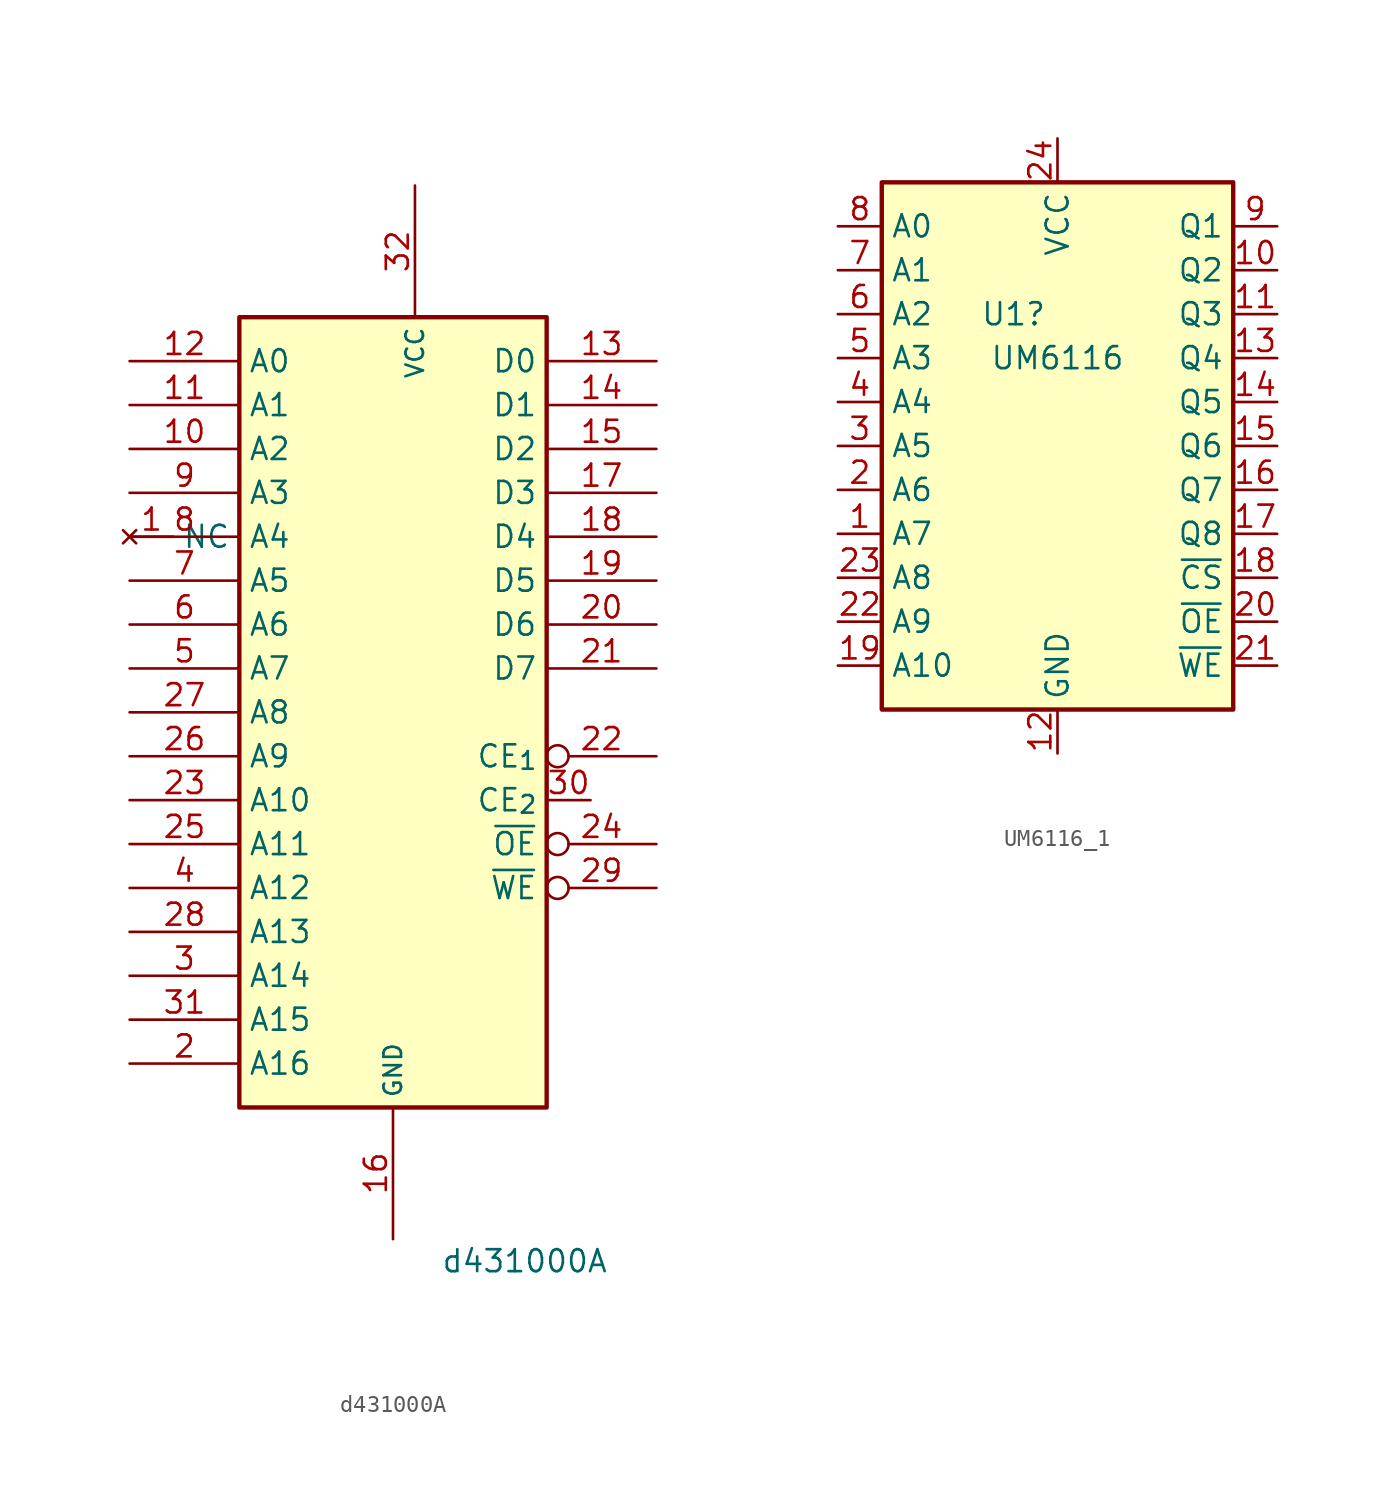
<source format=kicad_sym>
(kicad_symbol_lib
  (version 20220914)
  (generator kicad_symbol_editor)
  (symbol "d431000A"
    (property "Reference" "U"
      (at 6.858 24.13 0)
      (effects (font (size 1.27 1.27)) hide))
    (property "Value" "d431000A"
      (at 7.62 -31.75 0)
      (effects (font (size 1.27 1.27))))
    (symbol "d431000A_0_1"
      (rectangle (start -8.89 22.86) (end 8.89 -22.86) (stroke (width 0.254) (type default)) (fill (type background))))
    (symbol "d431000A_1_0"
      (pin no_connect line (at -15.24 10.16 0) (length 2.54) (name "NC" (effects (font (size 1.27 1.27)))) (number "1" (effects (font (size 1.27 1.27)))))
      (pin input line (at 11.43 -5.08 180) (length 2.54) (name "CE_{2}" (effects (font (size 1.27 1.27)))) (number "30" (effects (font (size 1.27 1.27))))))
    (symbol "d431000A_1_1"
      (pin input line (at -15.24 15.24 0) (length 6.35) (name "A2" (effects (font (size 1.27 1.27)))) (number "10" (effects (font (size 1.27 1.27)))))
      (pin input line (at -15.24 17.78 0) (length 6.35) (name "A1" (effects (font (size 1.27 1.27)))) (number "11" (effects (font (size 1.27 1.27)))))
      (pin input line (at -15.24 20.32 0) (length 6.35) (name "A0" (effects (font (size 1.27 1.27)))) (number "12" (effects (font (size 1.27 1.27)))))
      (pin tri_state line (at 15.24 20.32 180) (length 6.35) (name "D0" (effects (font (size 1.27 1.27)))) (number "13" (effects (font (size 1.27 1.27)))))
      (pin tri_state line (at 15.24 17.78 180) (length 6.35) (name "D1" (effects (font (size 1.27 1.27)))) (number "14" (effects (font (size 1.27 1.27)))))
      (pin tri_state line (at 15.24 15.24 180) (length 6.35) (name "D2" (effects (font (size 1.27 1.27)))) (number "15" (effects (font (size 1.27 1.27)))))
      (pin power_in line (at 0 -30.48 90) (length 7.62) (name "GND" (effects (font (size 1.016 1.016)))) (number "16" (effects (font (size 1.27 1.27)))))
      (pin tri_state line (at 15.24 12.7 180) (length 6.35) (name "D3" (effects (font (size 1.27 1.27)))) (number "17" (effects (font (size 1.27 1.27)))))
      (pin tri_state line (at 15.24 10.16 180) (length 6.35) (name "D4" (effects (font (size 1.27 1.27)))) (number "18" (effects (font (size 1.27 1.27)))))
      (pin tri_state line (at 15.24 7.62 180) (length 6.35) (name "D5" (effects (font (size 1.27 1.27)))) (number "19" (effects (font (size 1.27 1.27)))))
      (pin input line (at -15.24 -20.32 0) (length 6.35) (name "A16" (effects (font (size 1.27 1.27)))) (number "2" (effects (font (size 1.27 1.27)))))
      (pin tri_state line (at 15.24 5.08 180) (length 6.35) (name "D6" (effects (font (size 1.27 1.27)))) (number "20" (effects (font (size 1.27 1.27)))))
      (pin tri_state line (at 15.24 2.54 180) (length 6.35) (name "D7" (effects (font (size 1.27 1.27)))) (number "21" (effects (font (size 1.27 1.27)))))
      (pin input inverted (at 15.24 -2.54 180) (length 6.35) (name "CE_{1}" (effects (font (size 1.27 1.27)))) (number "22" (effects (font (size 1.27 1.27)))))
      (pin input line (at -15.24 -5.08 0) (length 6.35) (name "A10" (effects (font (size 1.27 1.27)))) (number "23" (effects (font (size 1.27 1.27)))))
      (pin input inverted (at 15.24 -7.62 180) (length 6.35) (name "~{OE}" (effects (font (size 1.27 1.27)))) (number "24" (effects (font (size 1.27 1.27)))))
      (pin input line (at -15.24 -7.62 0) (length 6.35) (name "A11" (effects (font (size 1.27 1.27)))) (number "25" (effects (font (size 1.27 1.27)))))
      (pin input line (at -15.24 -2.54 0) (length 6.35) (name "A9" (effects (font (size 1.27 1.27)))) (number "26" (effects (font (size 1.27 1.27)))))
      (pin input line (at -15.24 0 0) (length 6.35) (name "A8" (effects (font (size 1.27 1.27)))) (number "27" (effects (font (size 1.27 1.27)))))
      (pin input line (at -15.24 -12.7 0) (length 6.35) (name "A13" (effects (font (size 1.27 1.27)))) (number "28" (effects (font (size 1.27 1.27)))))
      (pin input inverted (at 15.24 -10.16 180) (length 6.35) (name "~{WE}" (effects (font (size 1.27 1.27)))) (number "29" (effects (font (size 1.27 1.27)))))
      (pin input line (at -15.24 -15.24 0) (length 6.35) (name "A14" (effects (font (size 1.27 1.27)))) (number "3" (effects (font (size 1.27 1.27)))))
      (pin input line (at -15.24 -17.78 0) (length 6.35) (name "A15" (effects (font (size 1.27 1.27)))) (number "31" (effects (font (size 1.27 1.27)))))
      (pin power_in line (at 1.27 30.48 270) (length 7.62) (name "VCC" (effects (font (size 1.016 1.016)))) (number "32" (effects (font (size 1.27 1.27)))))
      (pin input line (at -15.24 -10.16 0) (length 6.35) (name "A12" (effects (font (size 1.27 1.27)))) (number "4" (effects (font (size 1.27 1.27)))))
      (pin input line (at -15.24 2.54 0) (length 6.35) (name "A7" (effects (font (size 1.27 1.27)))) (number "5" (effects (font (size 1.27 1.27)))))
      (pin input line (at -15.24 5.08 0) (length 6.35) (name "A6" (effects (font (size 1.27 1.27)))) (number "6" (effects (font (size 1.27 1.27)))))
      (pin input line (at -15.24 7.62 0) (length 6.35) (name "A5" (effects (font (size 1.27 1.27)))) (number "7" (effects (font (size 1.27 1.27)))))
      (pin input line (at -15.24 10.16 0) (length 6.35) (name "A4" (effects (font (size 1.27 1.27)))) (number "8" (effects (font (size 1.27 1.27)))))
      (pin input line (at -15.24 12.7 0) (length 6.35) (name "A3" (effects (font (size 1.27 1.27)))) (number "9" (effects (font (size 1.27 1.27)))))))
  (symbol "UM6116_1"
    (property "Reference" "U1"
      (at -2.54 15.24 0)
      (effects (font (size 1.27 1.27))))
    (property "Value" "UM6116"
      (at 0 12.7 0)
      (effects (font (size 1.27 1.27))))
    (symbol "UM6116_1_0_0"
      (pin power_in line (at 0 25.4 270) (length 2.54) (name "VCC" (effects (font (size 1.27 1.27)))) (number "24" (effects (font (size 1.27 1.27))))))
    (symbol "UM6116_1_0_1"
      (rectangle (start -10.16 22.86) (end 10.16 -7.62) (stroke (width 0.254) (type default)) (fill (type background))))
    (symbol "UM6116_1_1_0"
      (pin power_in line (at 0 -10.16 90) (length 2.54) (name "GND" (effects (font (size 1.27 1.27)))) (number "12" (effects (font (size 1.27 1.27))))))
    (symbol "UM6116_1_1_1"
      (pin input line (at -12.7 2.54 0) (length 2.54) (name "A7" (effects (font (size 1.27 1.27)))) (number "1" (effects (font (size 1.27 1.27)))))
      (pin tri_state line (at 12.7 17.78 180) (length 2.54) (name "Q2" (effects (font (size 1.27 1.27)))) (number "10" (effects (font (size 1.27 1.27)))))
      (pin tri_state line (at 12.7 15.24 180) (length 2.54) (name "Q3" (effects (font (size 1.27 1.27)))) (number "11" (effects (font (size 1.27 1.27)))))
      (pin tri_state line (at 12.7 12.7 180) (length 2.54) (name "Q4" (effects (font (size 1.27 1.27)))) (number "13" (effects (font (size 1.27 1.27)))))
      (pin tri_state line (at 12.7 10.16 180) (length 2.54) (name "Q5" (effects (font (size 1.27 1.27)))) (number "14" (effects (font (size 1.27 1.27)))))
      (pin tri_state line (at 12.7 7.62 180) (length 2.54) (name "Q6" (effects (font (size 1.27 1.27)))) (number "15" (effects (font (size 1.27 1.27)))))
      (pin tri_state line (at 12.7 5.08 180) (length 2.54) (name "Q7" (effects (font (size 1.27 1.27)))) (number "16" (effects (font (size 1.27 1.27)))))
      (pin tri_state line (at 12.7 2.54 180) (length 2.54) (name "Q8" (effects (font (size 1.27 1.27)))) (number "17" (effects (font (size 1.27 1.27)))))
      (pin input line (at 12.7 0 180) (length 2.54) (name "~{CS}" (effects (font (size 1.27 1.27)))) (number "18" (effects (font (size 1.27 1.27)))))
      (pin input line (at -12.7 -5.08 0) (length 2.54) (name "A10" (effects (font (size 1.27 1.27)))) (number "19" (effects (font (size 1.27 1.27)))))
      (pin input line (at -12.7 5.08 0) (length 2.54) (name "A6" (effects (font (size 1.27 1.27)))) (number "2" (effects (font (size 1.27 1.27)))))
      (pin input line (at 12.7 -2.54 180) (length 2.54) (name "~{OE}" (effects (font (size 1.27 1.27)))) (number "20" (effects (font (size 1.27 1.27)))))
      (pin input line (at 12.7 -5.08 180) (length 2.54) (name "~{WE}" (effects (font (size 1.27 1.27)))) (number "21" (effects (font (size 1.27 1.27)))))
      (pin input line (at -12.7 -2.54 0) (length 2.54) (name "A9" (effects (font (size 1.27 1.27)))) (number "22" (effects (font (size 1.27 1.27)))))
      (pin input line (at -12.7 0 0) (length 2.54) (name "A8" (effects (font (size 1.27 1.27)))) (number "23" (effects (font (size 1.27 1.27)))))
      (pin input line (at -12.7 7.62 0) (length 2.54) (name "A5" (effects (font (size 1.27 1.27)))) (number "3" (effects (font (size 1.27 1.27)))))
      (pin input line (at -12.7 10.16 0) (length 2.54) (name "A4" (effects (font (size 1.27 1.27)))) (number "4" (effects (font (size 1.27 1.27)))))
      (pin input line (at -12.7 12.7 0) (length 2.54) (name "A3" (effects (font (size 1.27 1.27)))) (number "5" (effects (font (size 1.27 1.27)))))
      (pin input line (at -12.7 15.24 0) (length 2.54) (name "A2" (effects (font (size 1.27 1.27)))) (number "6" (effects (font (size 1.27 1.27)))))
      (pin input line (at -12.7 17.78 0) (length 2.54) (name "A1" (effects (font (size 1.27 1.27)))) (number "7" (effects (font (size 1.27 1.27)))))
      (pin input line (at -12.7 20.32 0) (length 2.54) (name "A0" (effects (font (size 1.27 1.27)))) (number "8" (effects (font (size 1.27 1.27)))))
      (pin tri_state line (at 12.7 20.32 180) (length 2.54) (name "Q1" (effects (font (size 1.27 1.27)))) (number "9" (effects (font (size 1.27 1.27))))))))
</source>
